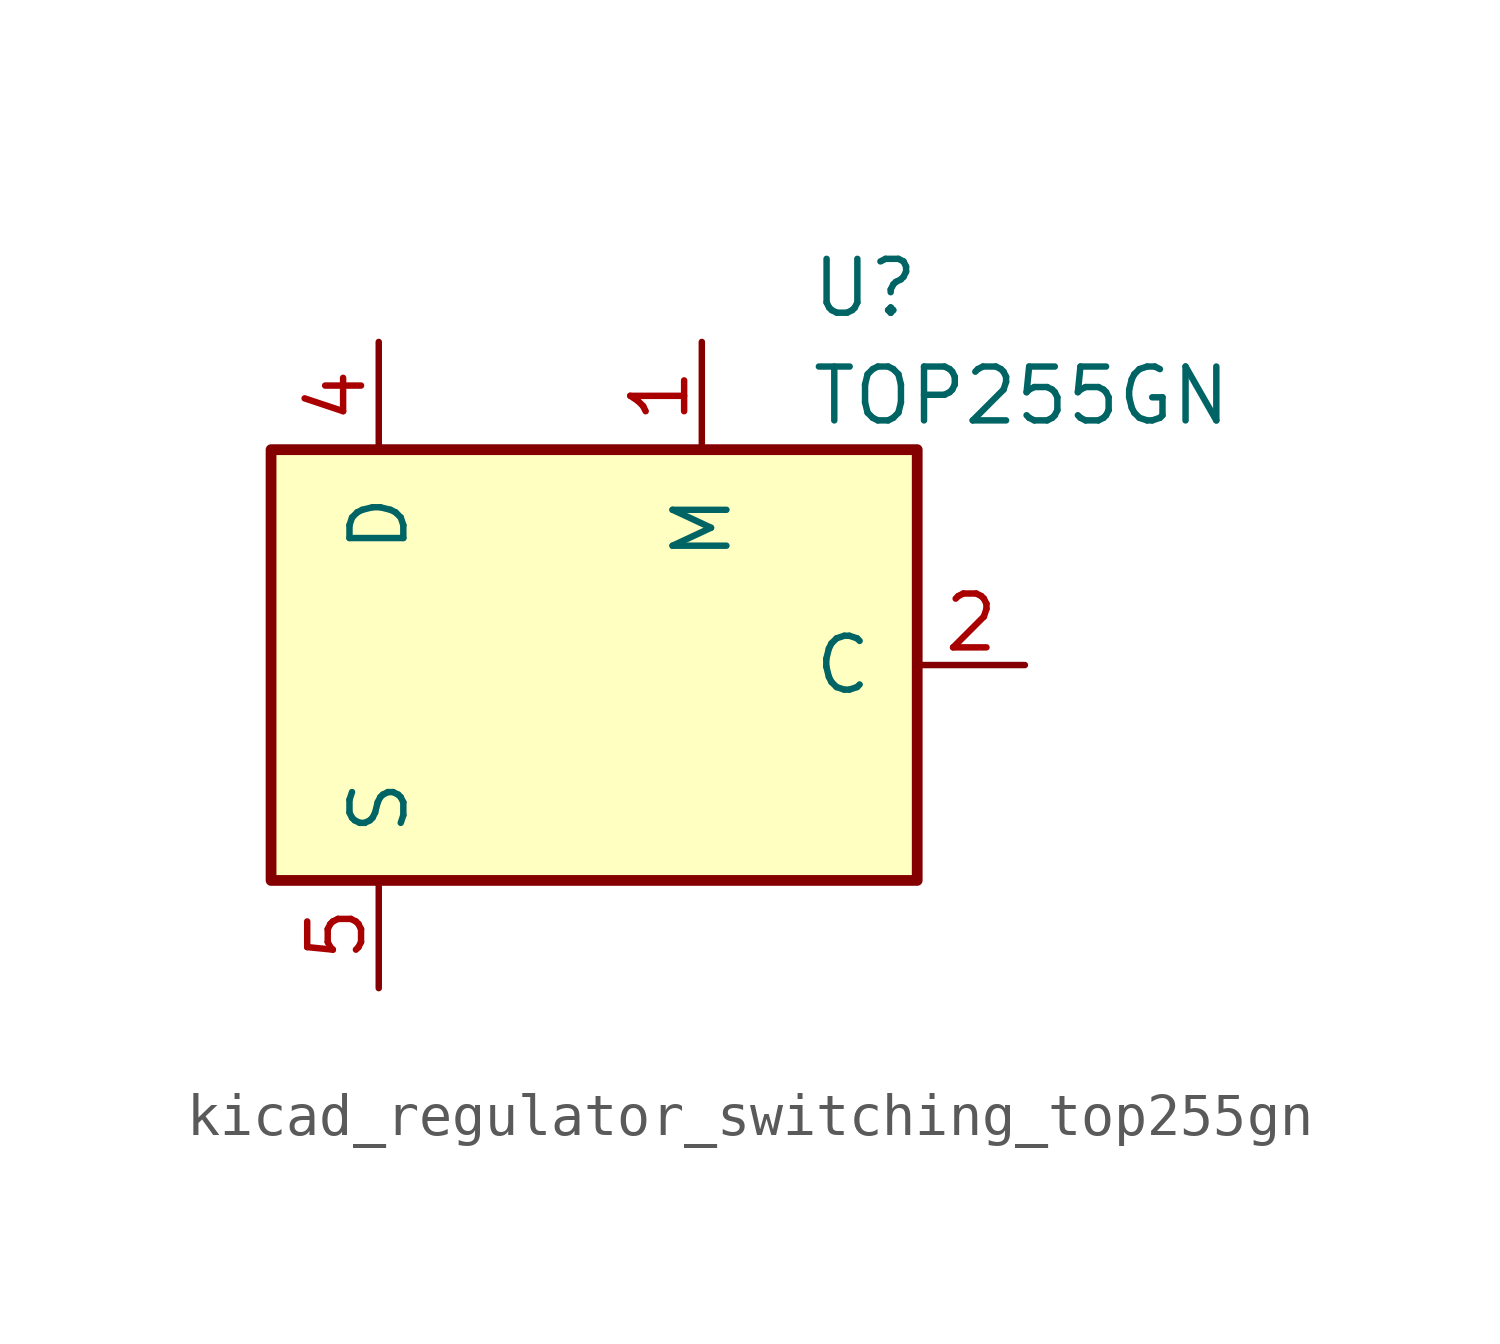
<source format=kicad_sym>
(kicad_symbol_lib
  (version 20220914)
  (generator kicad_symbol_editor)
  (symbol "kicad_regulator_switching_top255gn"
    (pin_names
      (offset 1.016))
    (property "Reference" "U"
      (at 5.08 8.89 0)
      (effects (font (size 1.27 1.27)) (justify left)))
    (property "Value" "TOP255GN"
      (at 5.08 6.35 0)
      (effects (font (size 1.27 1.27)) (justify left)))
    (symbol "kicad_regulator_switching_top255gn_0_1"
      (rectangle (start -7.62 5.08) (end 7.62 -5.08) (stroke (width 0.254) (type default)) (fill (type background))))
    (symbol "kicad_regulator_switching_top255gn_1_1"
      (pin input line (at 2.54 7.62 270) (length 2.54) (name "M" (effects (font (size 1.27 1.27)))) (number "1" (effects (font (size 1.27 1.27)))))
      (pin input line (at 10.16 0 180) (length 2.54) (name "C" (effects (font (size 1.27 1.27)))) (number "2" (effects (font (size 1.27 1.27)))))
      (pin open_collector line (at -5.08 7.62 270) (length 2.54) (name "D" (effects (font (size 1.27 1.27)))) (number "4" (effects (font (size 1.27 1.27)))))
      (pin power_in line (at -5.08 -7.62 90) (length 2.54) (name "S" (effects (font (size 1.27 1.27)))) (number "5" (effects (font (size 1.27 1.27)))))
      (pin passive line (at -5.08 -7.62 90) (length 2.54) hide (name "S" (effects (font (size 1.27 1.27)))) (number "6" (effects (font (size 1.27 1.27)))))
      (pin passive line (at -5.08 -7.62 90) (length 2.54) hide (name "S" (effects (font (size 1.27 1.27)))) (number "7" (effects (font (size 1.27 1.27)))))
      (pin passive line (at -5.08 -7.62 90) (length 2.54) hide (name "S" (effects (font (size 1.27 1.27)))) (number "8" (effects (font (size 1.27 1.27))))))))
</source>
